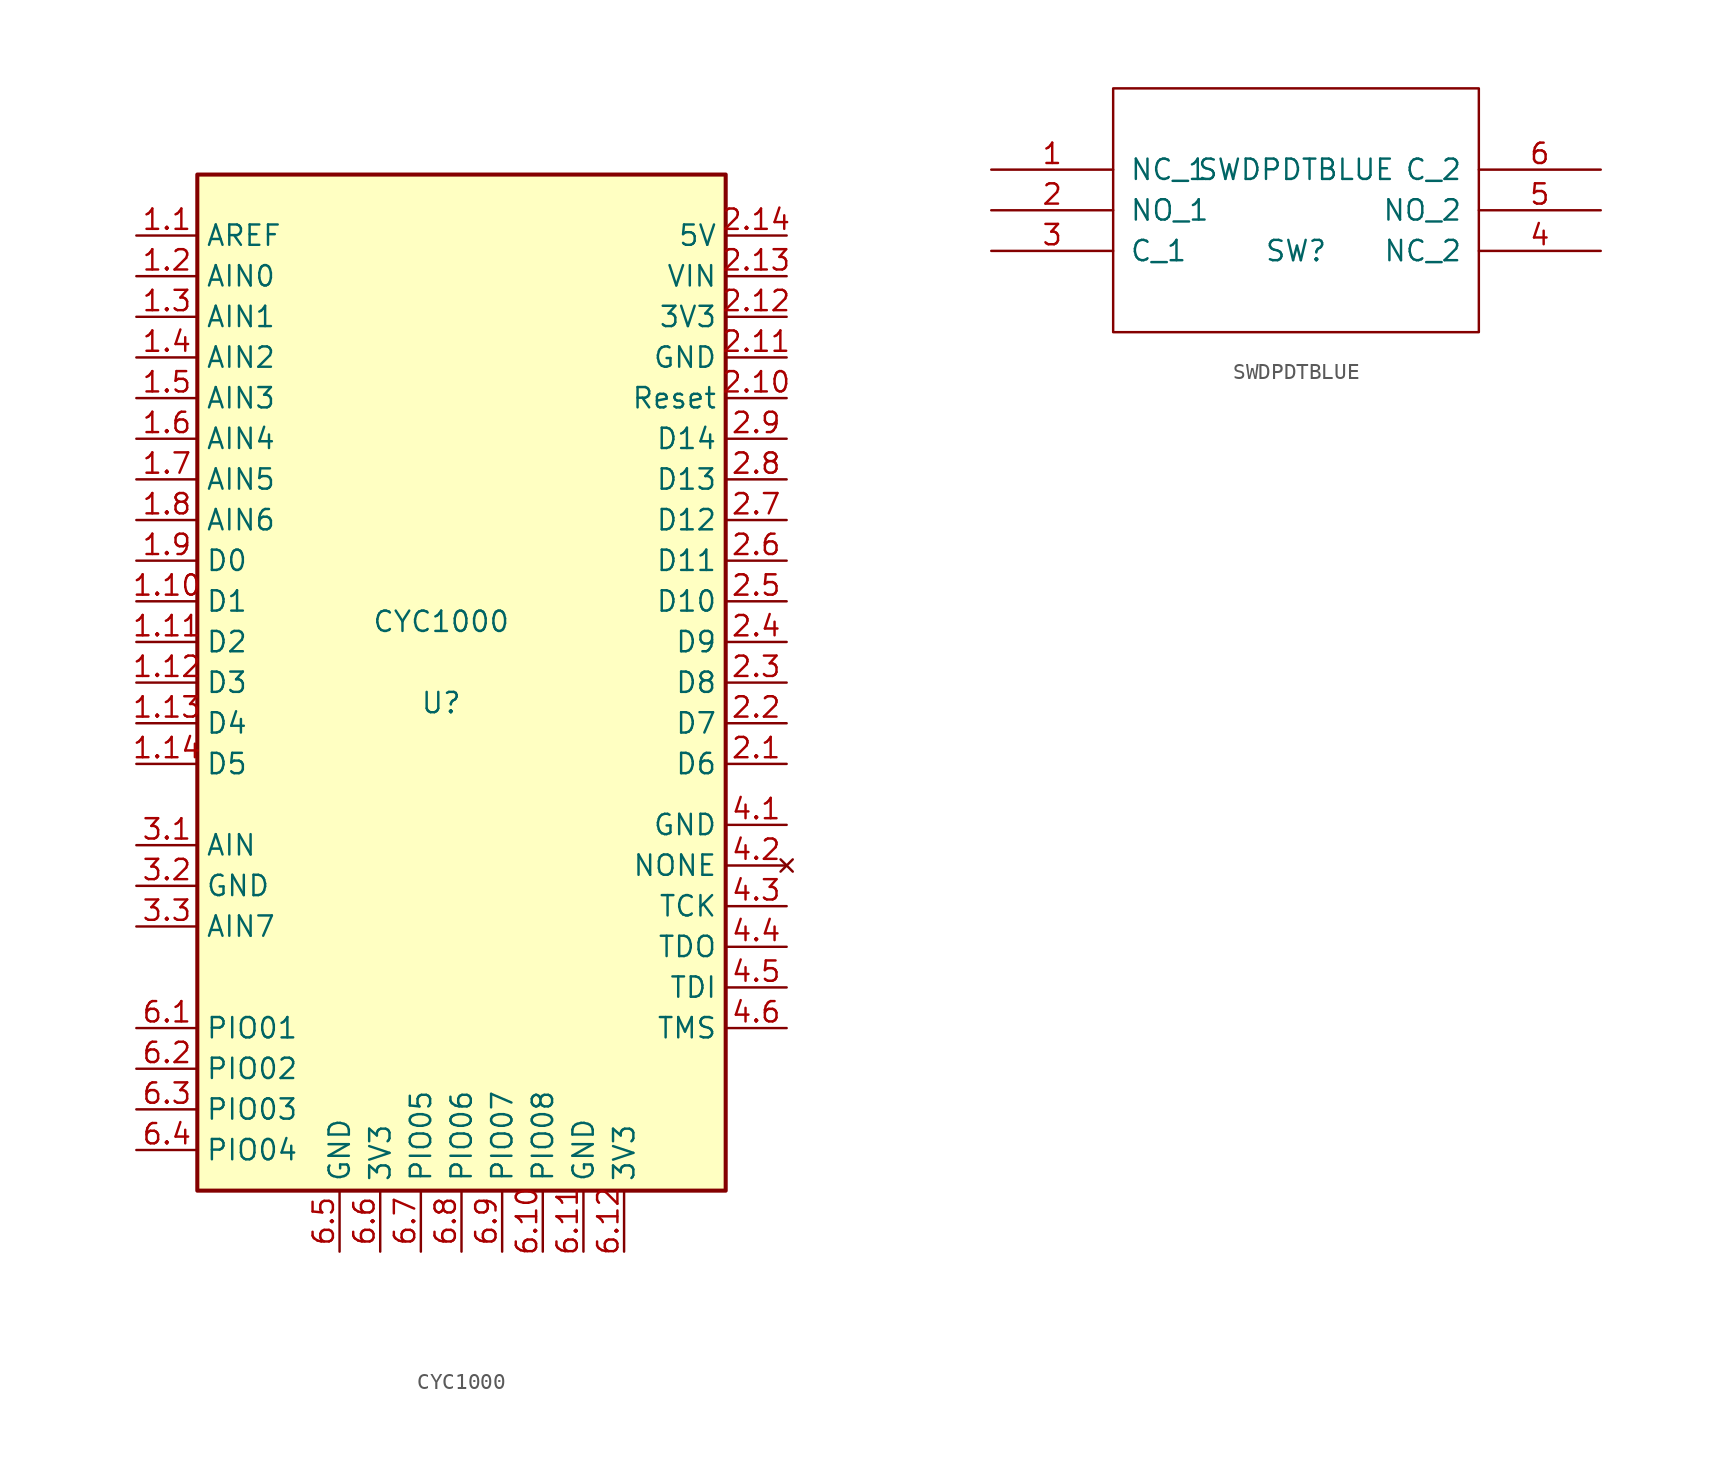
<source format=kicad_sym>
(kicad_symbol_lib
  (version 20211014)
  (generator kicad_symbol_editor)
  (symbol "CYC1000"
    (property "Reference" "U"
      (at 0 0 0)
      (effects (font (size 1.27 1.27))))
    (property "Value" "CYC1000"
      (at 0 5.08 0)
      (effects (font (size 1.27 1.27))))
    (symbol "CYC1000_0_1"
      (rectangle (start -15.24 -30.48) (end 17.78 33.02) (stroke (width 0.254) (type default) (color 0 0 0 0)) (fill (type background))))
    (symbol "CYC1000_1_1"
      (pin bidirectional line (at -19.05 29.21 0) (length 3.81) (name "AREF" (effects (font (size 1.27 1.27)))) (number "1.1" (effects (font (size 1.27 1.27)))))
      (pin bidirectional line (at -19.05 6.35 0) (length 3.81) (name "D1" (effects (font (size 1.27 1.27)))) (number "1.10" (effects (font (size 1.27 1.27)))))
      (pin bidirectional line (at -19.05 3.81 0) (length 3.81) (name "D2" (effects (font (size 1.27 1.27)))) (number "1.11" (effects (font (size 1.27 1.27)))))
      (pin bidirectional line (at -19.05 1.27 0) (length 3.81) (name "D3" (effects (font (size 1.27 1.27)))) (number "1.12" (effects (font (size 1.27 1.27)))))
      (pin bidirectional line (at -19.05 -1.27 0) (length 3.81) (name "D4" (effects (font (size 1.27 1.27)))) (number "1.13" (effects (font (size 1.27 1.27)))))
      (pin bidirectional line (at -19.05 -3.81 0) (length 3.81) (name "D5" (effects (font (size 1.27 1.27)))) (number "1.14" (effects (font (size 1.27 1.27)))))
      (pin bidirectional line (at -19.05 26.67 0) (length 3.81) (name "AIN0" (effects (font (size 1.27 1.27)))) (number "1.2" (effects (font (size 1.27 1.27)))))
      (pin bidirectional line (at -19.05 24.13 0) (length 3.81) (name "AIN1" (effects (font (size 1.27 1.27)))) (number "1.3" (effects (font (size 1.27 1.27)))))
      (pin bidirectional line (at -19.05 21.59 0) (length 3.81) (name "AIN2" (effects (font (size 1.27 1.27)))) (number "1.4" (effects (font (size 1.27 1.27)))))
      (pin bidirectional line (at -19.05 19.05 0) (length 3.81) (name "AIN3" (effects (font (size 1.27 1.27)))) (number "1.5" (effects (font (size 1.27 1.27)))))
      (pin bidirectional line (at -19.05 16.51 0) (length 3.81) (name "AIN4" (effects (font (size 1.27 1.27)))) (number "1.6" (effects (font (size 1.27 1.27)))))
      (pin bidirectional line (at -19.05 13.97 0) (length 3.81) (name "AIN5" (effects (font (size 1.27 1.27)))) (number "1.7" (effects (font (size 1.27 1.27)))))
      (pin bidirectional line (at -19.05 11.43 0) (length 3.81) (name "AIN6" (effects (font (size 1.27 1.27)))) (number "1.8" (effects (font (size 1.27 1.27)))))
      (pin bidirectional line (at -19.05 8.89 0) (length 3.81) (name "D0" (effects (font (size 1.27 1.27)))) (number "1.9" (effects (font (size 1.27 1.27)))))
      (pin bidirectional line (at 21.59 -3.81 180) (length 3.81) (name "D6" (effects (font (size 1.27 1.27)))) (number "2.1" (effects (font (size 1.27 1.27)))))
      (pin input line (at 21.59 19.05 180) (length 3.81) (name "Reset" (effects (font (size 1.27 1.27)))) (number "2.10" (effects (font (size 1.27 1.27)))))
      (pin power_in line (at 21.59 21.59 180) (length 3.81) (name "GND" (effects (font (size 1.27 1.27)))) (number "2.11" (effects (font (size 1.27 1.27)))))
      (pin power_out line (at 21.59 24.13 180) (length 3.81) (name "3V3" (effects (font (size 1.27 1.27)))) (number "2.12" (effects (font (size 1.27 1.27)))))
      (pin power_in line (at 21.59 26.67 180) (length 3.81) (name "VIN" (effects (font (size 1.27 1.27)))) (number "2.13" (effects (font (size 1.27 1.27)))))
      (pin power_out line (at 21.59 29.21 180) (length 3.81) (name "5V" (effects (font (size 1.27 1.27)))) (number "2.14" (effects (font (size 1.27 1.27)))))
      (pin bidirectional line (at 21.59 -1.27 180) (length 3.81) (name "D7" (effects (font (size 1.27 1.27)))) (number "2.2" (effects (font (size 1.27 1.27)))))
      (pin bidirectional line (at 21.59 1.27 180) (length 3.81) (name "D8" (effects (font (size 1.27 1.27)))) (number "2.3" (effects (font (size 1.27 1.27)))))
      (pin bidirectional line (at 21.59 3.81 180) (length 3.81) (name "D9" (effects (font (size 1.27 1.27)))) (number "2.4" (effects (font (size 1.27 1.27)))))
      (pin bidirectional line (at 21.59 6.35 180) (length 3.81) (name "D10" (effects (font (size 1.27 1.27)))) (number "2.5" (effects (font (size 1.27 1.27)))))
      (pin bidirectional line (at 21.59 8.89 180) (length 3.81) (name "D11" (effects (font (size 1.27 1.27)))) (number "2.6" (effects (font (size 1.27 1.27)))))
      (pin bidirectional line (at 21.59 11.43 180) (length 3.81) (name "D12" (effects (font (size 1.27 1.27)))) (number "2.7" (effects (font (size 1.27 1.27)))))
      (pin bidirectional line (at 21.59 13.97 180) (length 3.81) (name "D13" (effects (font (size 1.27 1.27)))) (number "2.8" (effects (font (size 1.27 1.27)))))
      (pin bidirectional line (at 21.59 16.51 180) (length 3.81) (name "D14" (effects (font (size 1.27 1.27)))) (number "2.9" (effects (font (size 1.27 1.27)))))
      (pin bidirectional line (at -19.05 -8.89 0) (length 3.81) (name "AIN" (effects (font (size 1.27 1.27)))) (number "3.1" (effects (font (size 1.27 1.27)))))
      (pin power_in line (at -19.05 -11.43 0) (length 3.81) (name "GND" (effects (font (size 1.27 1.27)))) (number "3.2" (effects (font (size 1.27 1.27)))))
      (pin bidirectional line (at -19.05 -13.97 0) (length 3.81) (name "AIN7" (effects (font (size 1.27 1.27)))) (number "3.3" (effects (font (size 1.27 1.27)))))
      (pin power_in line (at 21.59 -7.62 180) (length 3.81) (name "GND" (effects (font (size 1.27 1.27)))) (number "4.1" (effects (font (size 1.27 1.27)))))
      (pin no_connect line (at 21.59 -10.16 180) (length 3.81) (name "NONE" (effects (font (size 1.27 1.27)))) (number "4.2" (effects (font (size 1.27 1.27)))))
      (pin input line (at 21.59 -12.7 180) (length 3.81) (name "TCK" (effects (font (size 1.27 1.27)))) (number "4.3" (effects (font (size 1.27 1.27)))))
      (pin output line (at 21.59 -15.24 180) (length 3.81) (name "TDO" (effects (font (size 1.27 1.27)))) (number "4.4" (effects (font (size 1.27 1.27)))))
      (pin input line (at 21.59 -17.78 180) (length 3.81) (name "TDI" (effects (font (size 1.27 1.27)))) (number "4.5" (effects (font (size 1.27 1.27)))))
      (pin input line (at 21.59 -20.32 180) (length 3.81) (name "TMS" (effects (font (size 1.27 1.27)))) (number "4.6" (effects (font (size 1.27 1.27)))))
      (pin bidirectional line (at -19.05 -20.32 0) (length 3.81) (name "PIO01" (effects (font (size 1.27 1.27)))) (number "6.1" (effects (font (size 1.27 1.27)))))
      (pin bidirectional line (at 6.35 -34.29 90) (length 3.81) (name "PIO08" (effects (font (size 1.27 1.27)))) (number "6.10" (effects (font (size 1.27 1.27)))))
      (pin power_in line (at 8.89 -34.29 90) (length 3.81) (name "GND" (effects (font (size 1.27 1.27)))) (number "6.11" (effects (font (size 1.27 1.27)))))
      (pin power_out line (at 11.43 -34.29 90) (length 3.81) (name "3V3" (effects (font (size 1.27 1.27)))) (number "6.12" (effects (font (size 1.27 1.27)))))
      (pin bidirectional line (at -19.05 -22.86 0) (length 3.81) (name "PIO02" (effects (font (size 1.27 1.27)))) (number "6.2" (effects (font (size 1.27 1.27)))))
      (pin bidirectional line (at -19.05 -25.4 0) (length 3.81) (name "PIO03" (effects (font (size 1.27 1.27)))) (number "6.3" (effects (font (size 1.27 1.27)))))
      (pin bidirectional line (at -19.05 -27.94 0) (length 3.81) (name "PIO04" (effects (font (size 1.27 1.27)))) (number "6.4" (effects (font (size 1.27 1.27)))))
      (pin power_in line (at -6.35 -34.29 90) (length 3.81) (name "GND" (effects (font (size 1.27 1.27)))) (number "6.5" (effects (font (size 1.27 1.27)))))
      (pin power_out line (at -3.81 -34.29 90) (length 3.81) (name "3V3" (effects (font (size 1.27 1.27)))) (number "6.6" (effects (font (size 1.27 1.27)))))
      (pin bidirectional line (at -1.27 -34.29 90) (length 3.81) (name "PIO05" (effects (font (size 1.27 1.27)))) (number "6.7" (effects (font (size 1.27 1.27)))))
      (pin bidirectional line (at 1.27 -34.29 90) (length 3.81) (name "PIO06" (effects (font (size 1.27 1.27)))) (number "6.8" (effects (font (size 1.27 1.27)))))
      (pin bidirectional line (at 3.81 -34.29 90) (length 3.81) (name "PIO07" (effects (font (size 1.27 1.27)))) (number "6.9" (effects (font (size 1.27 1.27)))))))
  (symbol "SWDPDTBLUE"
    (pin_names
      (offset 1.016))
    (property "Reference" "SW"
      (at 0 -2.54 0)
      (effects (font (size 1.27 1.27))))
    (property "Value" "SWDPDTBLUE"
      (at 0 2.54 0)
      (effects (font (size 1.27 1.27))))
    (symbol "SWDPDTBLUE_1_0"
      (rectangle (start -11.43 -7.62) (end 11.43 7.62) (stroke (width 0) (type default) (color 0 0 0 0)) (fill (type none))))
    (symbol "SWDPDTBLUE_1_1"
      (pin output line (at -19.05 2.54 0) (length 7.62) (name "NC_1" (effects (font (size 1.27 1.27)))) (number "1" (effects (font (size 1.27 1.27)))))
      (pin output line (at -19.05 0 0) (length 7.62) (name "NO_1" (effects (font (size 1.27 1.27)))) (number "2" (effects (font (size 1.27 1.27)))))
      (pin input line (at -19.05 -2.54 0) (length 7.62) (name "C_1" (effects (font (size 1.27 1.27)))) (number "3" (effects (font (size 1.27 1.27)))))
      (pin output line (at 19.05 -2.54 180) (length 7.62) (name "NC_2" (effects (font (size 1.27 1.27)))) (number "4" (effects (font (size 1.27 1.27)))))
      (pin output line (at 19.05 0 180) (length 7.62) (name "NO_2" (effects (font (size 1.27 1.27)))) (number "5" (effects (font (size 1.27 1.27)))))
      (pin input line (at 19.05 2.54 180) (length 7.62) (name "C_2" (effects (font (size 1.27 1.27)))) (number "6" (effects (font (size 1.27 1.27))))))))
</source>
